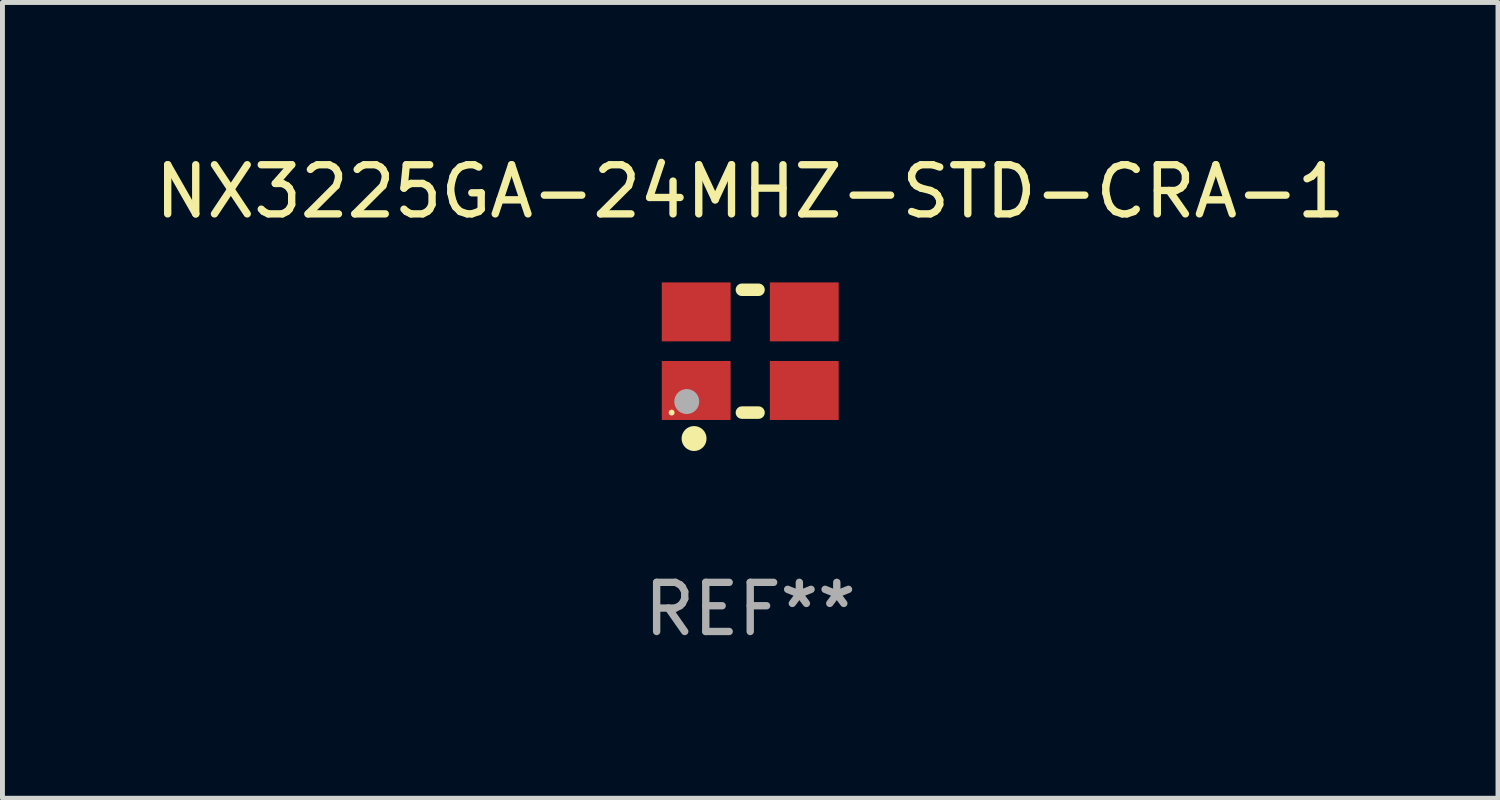
<source format=kicad_pcb>
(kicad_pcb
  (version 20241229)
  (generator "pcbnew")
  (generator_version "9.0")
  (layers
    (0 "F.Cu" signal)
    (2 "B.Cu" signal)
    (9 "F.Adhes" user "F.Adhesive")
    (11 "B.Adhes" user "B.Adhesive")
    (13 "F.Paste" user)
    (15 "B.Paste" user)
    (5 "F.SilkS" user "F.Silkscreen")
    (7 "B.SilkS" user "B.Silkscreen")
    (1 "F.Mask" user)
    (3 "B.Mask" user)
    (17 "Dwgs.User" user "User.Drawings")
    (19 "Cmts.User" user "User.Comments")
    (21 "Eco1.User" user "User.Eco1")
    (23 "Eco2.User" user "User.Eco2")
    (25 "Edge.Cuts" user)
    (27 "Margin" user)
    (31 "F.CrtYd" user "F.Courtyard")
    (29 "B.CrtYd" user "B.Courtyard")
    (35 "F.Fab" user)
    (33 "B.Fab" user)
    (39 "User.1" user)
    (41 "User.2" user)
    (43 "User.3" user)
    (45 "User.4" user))
  (footprint "NX3225GA-24MHZ-STD-CRA-1"
    (layer "F.Cu")
    (at 12.22 4.098)
    (property "Reference" "NX3225GA-24MHZ-STD-CRA-1" (at 0 -3.25 0) (layer "F.SilkS") (effects (font (size 1 1) (thickness 0.15))))
    (attr through_hole)
    (fp_line (start -0.169 -1.25) (end 0.169 -1.25) (stroke (width 0.254) (type solid)) (layer "F.SilkS"))
    (fp_line (start -0.169 1.25) (end 0.169 1.25) (stroke (width 0.254) (type solid)) (layer "F.SilkS"))
    (fp_circle (center -1.6 1.25) (end -1.57 1.25) (stroke (width 0.06) (type solid)) (fill no) (layer "F.SilkS"))
    (fp_circle (center -1.143 1.778) (end -1.016 1.778) (stroke (width 0.254) (type solid)) (fill no) (layer "F.SilkS"))
    (fp_circle (center -1.292 1.025) (end -1.165 1.025) (stroke (width 0.254) (type solid)) (fill no) (layer "F.Fab"))
    (fp_text user "REF**" (at 0 5.25 0) (layer "F.Fab") (effects (font (size 1 1) (thickness 0.15))))
    (pad "1" smd rect (at -1.1 0.8) (size 1.4 1.2) (layers "F.Cu" "F.Mask" "F.Paste"))
    (pad "2" smd rect (at 1.1 0.8) (size 1.4 1.2) (layers "F.Cu" "F.Mask" "F.Paste"))
    (pad "3" smd rect (at 1.1 -0.8) (size 1.4 1.2) (layers "F.Cu" "F.Mask" "F.Paste"))
    (pad "4" smd rect (at -1.1 -0.8) (size 1.4 1.2) (layers "F.Cu" "F.Mask" "F.Paste")))
  (gr_rect
    (start -3 -3)
    (end 27.44 13.197)
    (stroke (width 0.1) (type default))
    (fill no)
    (layer "Edge.Cuts")))
</source>
